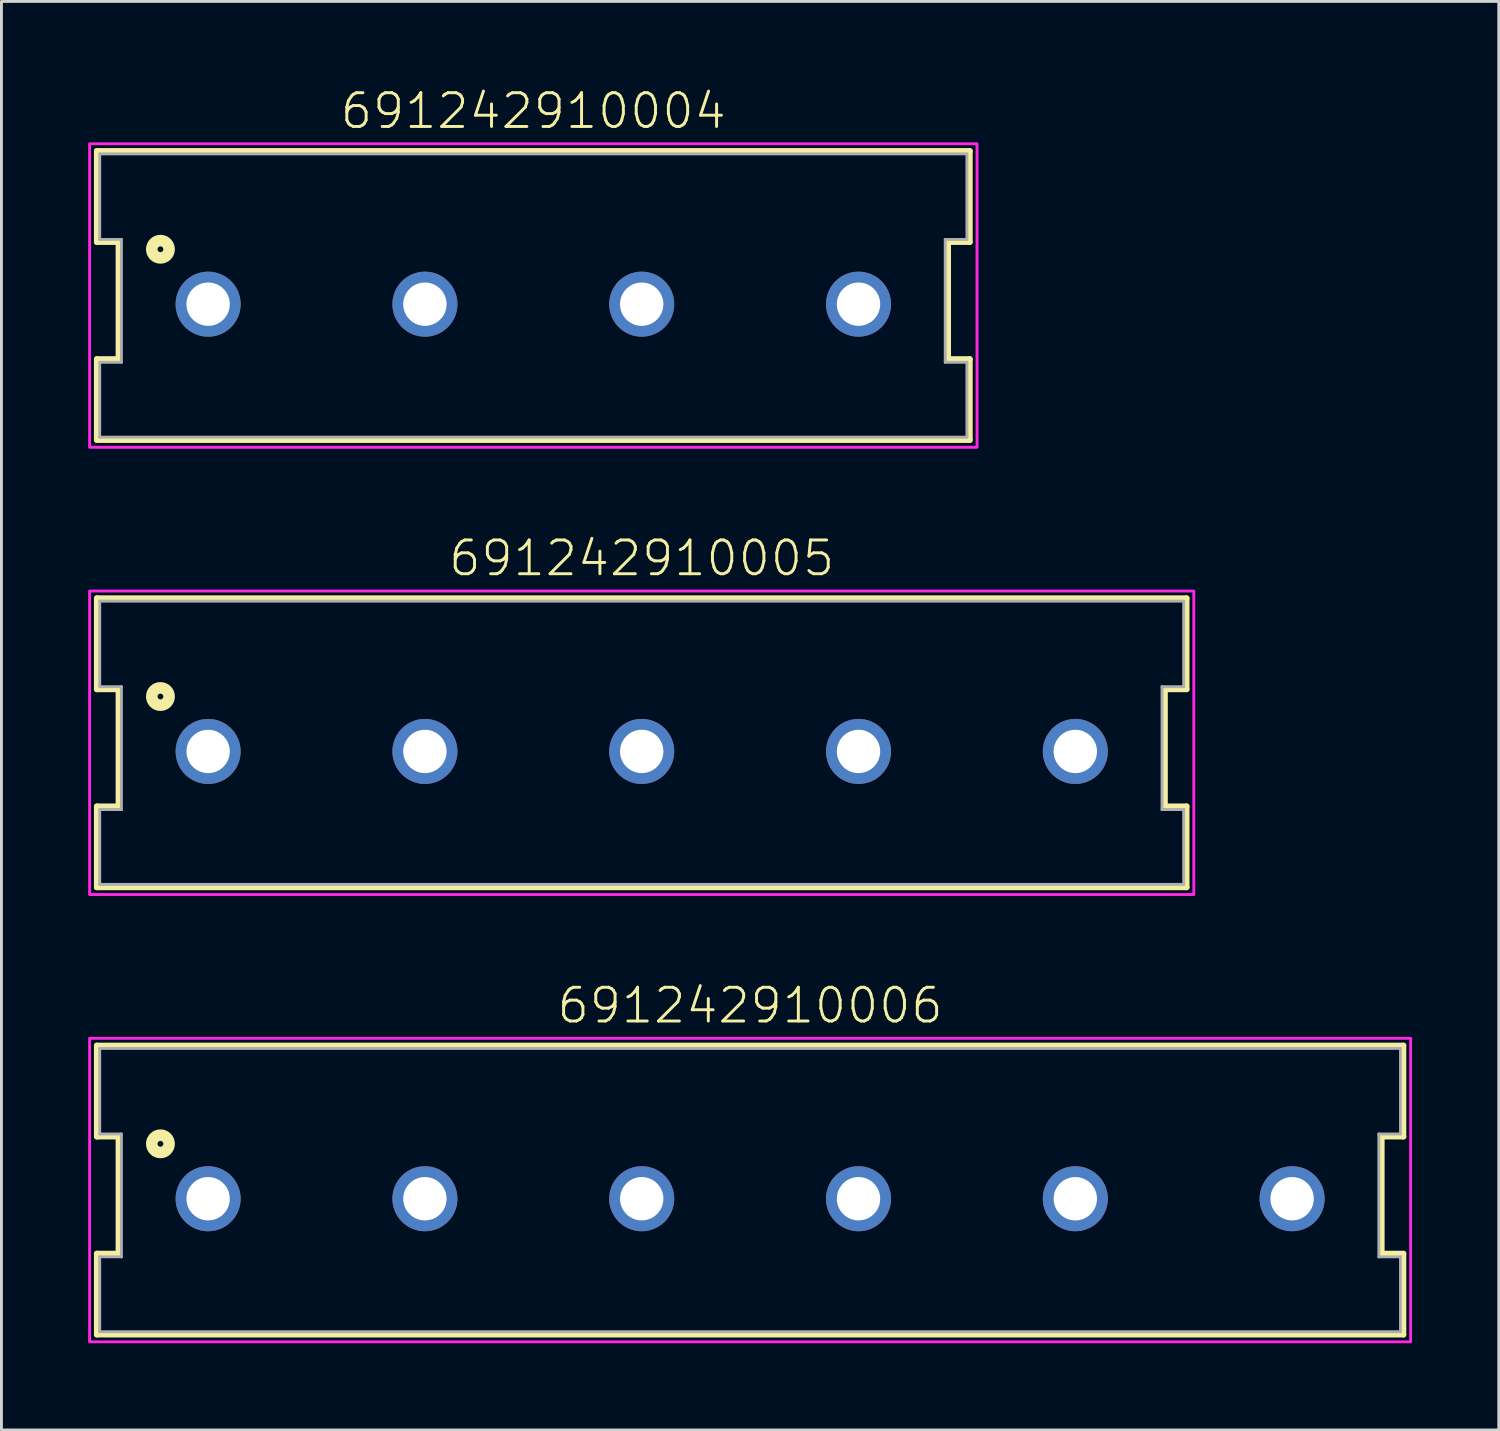
<source format=kicad_pcb>
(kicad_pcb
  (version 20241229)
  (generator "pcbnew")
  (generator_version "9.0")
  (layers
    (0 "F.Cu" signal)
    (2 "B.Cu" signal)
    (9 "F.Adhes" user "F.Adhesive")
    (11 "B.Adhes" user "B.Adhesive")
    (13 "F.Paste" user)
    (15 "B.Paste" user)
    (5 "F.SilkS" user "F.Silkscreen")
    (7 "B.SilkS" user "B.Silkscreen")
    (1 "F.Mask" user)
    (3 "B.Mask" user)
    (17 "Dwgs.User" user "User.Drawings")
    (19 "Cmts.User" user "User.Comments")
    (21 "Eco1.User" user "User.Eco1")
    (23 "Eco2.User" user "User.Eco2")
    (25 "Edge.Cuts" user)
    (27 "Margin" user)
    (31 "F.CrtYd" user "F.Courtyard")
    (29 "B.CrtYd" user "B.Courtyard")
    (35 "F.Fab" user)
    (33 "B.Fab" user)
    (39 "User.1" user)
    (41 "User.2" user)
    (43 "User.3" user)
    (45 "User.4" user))
  (footprint "691242910005"
    (layer "F.Cu")
    (at 19.15 22.946)
    (property "Reference" "691242910005" (at 0 -6 0) (unlocked yes) (layer "F.SilkS") (effects (font (size 1.168 1.168) (thickness 0.102)) (justify bottom)))
    (fp_line (start -18.85 -5.3) (end 18.85 -5.3) (stroke (width 0.2) (type solid)) (layer "F.SilkS"))
    (fp_line (start -18.85 -2.15) (end -18.85 -5.3) (stroke (width 0.2) (type solid)) (layer "F.SilkS"))
    (fp_line (start -18.85 1.9) (end -18.1 1.9) (stroke (width 0.2) (type solid)) (layer "F.SilkS"))
    (fp_line (start -18.85 4.7) (end -18.85 1.9) (stroke (width 0.2) (type solid)) (layer "F.SilkS"))
    (fp_line (start -18.1 -2.15) (end -18.85 -2.15) (stroke (width 0.2) (type solid)) (layer "F.SilkS"))
    (fp_line (start -18.1 1.9) (end -18.1 -2.15) (stroke (width 0.2) (type solid)) (layer "F.SilkS"))
    (fp_line (start 18.1 -2.15) (end 18.1 1.9) (stroke (width 0.2) (type solid)) (layer "F.SilkS"))
    (fp_line (start 18.1 1.9) (end 18.85 1.9) (stroke (width 0.2) (type solid)) (layer "F.SilkS"))
    (fp_line (start 18.85 -5.3) (end 18.85 -2.15) (stroke (width 0.2) (type solid)) (layer "F.SilkS"))
    (fp_line (start 18.85 -2.15) (end 18.1 -2.15) (stroke (width 0.2) (type solid)) (layer "F.SilkS"))
    (fp_line (start 18.85 1.9) (end 18.85 4.7) (stroke (width 0.2) (type solid)) (layer "F.SilkS"))
    (fp_line (start 18.85 4.7) (end -18.85 4.7) (stroke (width 0.2) (type solid)) (layer "F.SilkS"))
    (fp_circle (center -16.65 -1.9) (end -16.55 -1.9) (stroke (width 0.4) (type solid)) (fill no) (layer "F.SilkS"))
    (fp_poly (pts (xy 19.1 4.95) (xy -19.1 4.95) (xy -19.1 -5.55) (xy 19.1 -5.55)) (stroke (width 0.1) (type default)) (fill no) (layer "F.CrtYd"))
    (fp_line (start -18.75 -5.2) (end -18.75 -2.24) (stroke (width 0.1) (type solid)) (layer "F.Fab"))
    (fp_line (start -18.75 -5.2) (end 18.75 -5.2) (stroke (width 0.1) (type solid)) (layer "F.Fab"))
    (fp_line (start -18.75 -2.24) (end -18 -2.24) (stroke (width 0.1) (type solid)) (layer "F.Fab"))
    (fp_line (start -18.75 2.01) (end -18.75 4.6) (stroke (width 0.1) (type solid)) (layer "F.Fab"))
    (fp_line (start -18.75 4.6) (end 18.75 4.6) (stroke (width 0.1) (type solid)) (layer "F.Fab"))
    (fp_line (start -18 -2.24) (end -18 2.01) (stroke (width 0.1) (type solid)) (layer "F.Fab"))
    (fp_line (start -18 2.01) (end -18.75 2.01) (stroke (width 0.1) (type solid)) (layer "F.Fab"))
    (fp_line (start 18 -2.24) (end 18 2.01) (stroke (width 0.1) (type solid)) (layer "F.Fab"))
    (fp_line (start 18 2.01) (end 18.75 2.01) (stroke (width 0.1) (type solid)) (layer "F.Fab"))
    (fp_line (start 18.75 -5.2) (end 18.75 -2.24) (stroke (width 0.1) (type solid)) (layer "F.Fab"))
    (fp_line (start 18.75 -2.24) (end 18 -2.24) (stroke (width 0.1) (type solid)) (layer "F.Fab"))
    (fp_line (start 18.75 2.01) (end 18.75 4.6) (stroke (width 0.1) (type solid)) (layer "F.Fab"))
    (pad "1" thru_hole circle (at -15 0) (size 2.25 2.25) (drill 1.5) (layers "*.Cu" "*.Mask"))
    (pad "2" thru_hole circle (at -7.5 0) (size 2.25 2.25) (drill 1.5) (layers "*.Cu" "*.Mask"))
    (pad "3" thru_hole circle (at 0 0) (size 2.25 2.25) (drill 1.5) (layers "*.Cu" "*.Mask"))
    (pad "4" thru_hole circle (at 7.5 0) (size 2.25 2.25) (drill 1.5) (layers "*.Cu" "*.Mask"))
    (pad "5" thru_hole circle (at 15 0) (size 2.25 2.25) (drill 1.5) (layers "*.Cu" "*.Mask")))
  (footprint "691242910004"
    (layer "F.Cu")
    (at 15.4 7.473)
    (property "Reference" "691242910004" (at 0 -6 0) (unlocked yes) (layer "F.SilkS") (effects (font (size 1.168 1.168) (thickness 0.102)) (justify bottom)))
    (fp_line (start -15.1 -5.3) (end 15.1 -5.3) (stroke (width 0.2) (type solid)) (layer "F.SilkS"))
    (fp_line (start -15.1 -2.15) (end -15.1 -5.3) (stroke (width 0.2) (type solid)) (layer "F.SilkS"))
    (fp_line (start -15.1 1.9) (end -14.35 1.9) (stroke (width 0.2) (type solid)) (layer "F.SilkS"))
    (fp_line (start -15.1 4.7) (end -15.1 1.9) (stroke (width 0.2) (type solid)) (layer "F.SilkS"))
    (fp_line (start -14.35 -2.15) (end -15.1 -2.15) (stroke (width 0.2) (type solid)) (layer "F.SilkS"))
    (fp_line (start -14.35 1.9) (end -14.35 -2.15) (stroke (width 0.2) (type solid)) (layer "F.SilkS"))
    (fp_line (start 14.35 -2.15) (end 14.35 1.9) (stroke (width 0.2) (type solid)) (layer "F.SilkS"))
    (fp_line (start 14.35 1.9) (end 15.1 1.9) (stroke (width 0.2) (type solid)) (layer "F.SilkS"))
    (fp_line (start 15.1 -5.3) (end 15.1 -2.15) (stroke (width 0.2) (type solid)) (layer "F.SilkS"))
    (fp_line (start 15.1 -2.15) (end 14.35 -2.15) (stroke (width 0.2) (type solid)) (layer "F.SilkS"))
    (fp_line (start 15.1 1.9) (end 15.1 4.7) (stroke (width 0.2) (type solid)) (layer "F.SilkS"))
    (fp_line (start 15.1 4.7) (end -15.1 4.7) (stroke (width 0.2) (type solid)) (layer "F.SilkS"))
    (fp_circle (center -12.9 -1.9) (end -12.8 -1.9) (stroke (width 0.4) (type solid)) (fill no) (layer "F.SilkS"))
    (fp_poly (pts (xy 15.35 4.95) (xy -15.35 4.95) (xy -15.35 -5.55) (xy 15.35 -5.55)) (stroke (width 0.1) (type default)) (fill no) (layer "F.CrtYd"))
    (fp_line (start -15 -5.2) (end -15 -2.24) (stroke (width 0.1) (type solid)) (layer "F.Fab"))
    (fp_line (start -15 -5.2) (end 15 -5.2) (stroke (width 0.1) (type solid)) (layer "F.Fab"))
    (fp_line (start -15 -2.24) (end -14.25 -2.24) (stroke (width 0.1) (type solid)) (layer "F.Fab"))
    (fp_line (start -15 2.01) (end -15 4.6) (stroke (width 0.1) (type solid)) (layer "F.Fab"))
    (fp_line (start -15 4.6) (end 15 4.6) (stroke (width 0.1) (type solid)) (layer "F.Fab"))
    (fp_line (start -14.25 -2.24) (end -14.25 2.01) (stroke (width 0.1) (type solid)) (layer "F.Fab"))
    (fp_line (start -14.25 2.01) (end -15 2.01) (stroke (width 0.1) (type solid)) (layer "F.Fab"))
    (fp_line (start 14.25 -2.24) (end 14.25 2.01) (stroke (width 0.1) (type solid)) (layer "F.Fab"))
    (fp_line (start 14.25 2.01) (end 15 2.01) (stroke (width 0.1) (type solid)) (layer "F.Fab"))
    (fp_line (start 15 -5.2) (end 15 -2.24) (stroke (width 0.1) (type solid)) (layer "F.Fab"))
    (fp_line (start 15 -2.24) (end 14.25 -2.24) (stroke (width 0.1) (type solid)) (layer "F.Fab"))
    (fp_line (start 15 2.01) (end 15 4.6) (stroke (width 0.1) (type solid)) (layer "F.Fab"))
    (pad "1" thru_hole circle (at -11.25 0) (size 2.25 2.25) (drill 1.5) (layers "*.Cu" "*.Mask"))
    (pad "2" thru_hole circle (at -3.75 0) (size 2.25 2.25) (drill 1.5) (layers "*.Cu" "*.Mask"))
    (pad "3" thru_hole circle (at 3.75 0) (size 2.25 2.25) (drill 1.5) (layers "*.Cu" "*.Mask"))
    (pad "4" thru_hole circle (at 11.25 0) (size 2.25 2.25) (drill 1.5) (layers "*.Cu" "*.Mask")))
  (footprint "691242910006"
    (layer "F.Cu")
    (at 22.9 38.42)
    (property "Reference" "691242910006" (at 0 -6 0) (unlocked yes) (layer "F.SilkS") (effects (font (size 1.168 1.168) (thickness 0.102)) (justify bottom)))
    (fp_line (start -22.6 -5.3) (end 22.6 -5.3) (stroke (width 0.2) (type solid)) (layer "F.SilkS"))
    (fp_line (start -22.6 -2.15) (end -22.6 -5.3) (stroke (width 0.2) (type solid)) (layer "F.SilkS"))
    (fp_line (start -22.6 1.9) (end -21.85 1.9) (stroke (width 0.2) (type solid)) (layer "F.SilkS"))
    (fp_line (start -22.6 4.7) (end -22.6 1.9) (stroke (width 0.2) (type solid)) (layer "F.SilkS"))
    (fp_line (start -21.85 -2.15) (end -22.6 -2.15) (stroke (width 0.2) (type solid)) (layer "F.SilkS"))
    (fp_line (start -21.85 1.9) (end -21.85 -2.15) (stroke (width 0.2) (type solid)) (layer "F.SilkS"))
    (fp_line (start 21.85 -2.15) (end 21.85 1.9) (stroke (width 0.2) (type solid)) (layer "F.SilkS"))
    (fp_line (start 21.85 1.9) (end 22.6 1.9) (stroke (width 0.2) (type solid)) (layer "F.SilkS"))
    (fp_line (start 22.6 -5.3) (end 22.6 -2.15) (stroke (width 0.2) (type solid)) (layer "F.SilkS"))
    (fp_line (start 22.6 -2.15) (end 21.85 -2.15) (stroke (width 0.2) (type solid)) (layer "F.SilkS"))
    (fp_line (start 22.6 1.9) (end 22.6 4.7) (stroke (width 0.2) (type solid)) (layer "F.SilkS"))
    (fp_line (start 22.6 4.7) (end -22.6 4.7) (stroke (width 0.2) (type solid)) (layer "F.SilkS"))
    (fp_circle (center -20.4 -1.9) (end -20.3 -1.9) (stroke (width 0.4) (type solid)) (fill no) (layer "F.SilkS"))
    (fp_poly (pts (xy 22.85 4.95) (xy -22.85 4.95) (xy -22.85 -5.55) (xy 22.85 -5.55)) (stroke (width 0.1) (type default)) (fill no) (layer "F.CrtYd"))
    (fp_line (start -22.5 -5.2) (end -22.5 -2.24) (stroke (width 0.1) (type solid)) (layer "F.Fab"))
    (fp_line (start -22.5 -5.2) (end 22.5 -5.2) (stroke (width 0.1) (type solid)) (layer "F.Fab"))
    (fp_line (start -22.5 -2.24) (end -21.75 -2.24) (stroke (width 0.1) (type solid)) (layer "F.Fab"))
    (fp_line (start -22.5 2.01) (end -22.5 4.6) (stroke (width 0.1) (type solid)) (layer "F.Fab"))
    (fp_line (start -22.5 4.6) (end 22.5 4.6) (stroke (width 0.1) (type solid)) (layer "F.Fab"))
    (fp_line (start -21.75 -2.24) (end -21.75 2.01) (stroke (width 0.1) (type solid)) (layer "F.Fab"))
    (fp_line (start -21.75 2.01) (end -22.5 2.01) (stroke (width 0.1) (type solid)) (layer "F.Fab"))
    (fp_line (start 21.75 -2.24) (end 21.75 2.01) (stroke (width 0.1) (type solid)) (layer "F.Fab"))
    (fp_line (start 21.75 2.01) (end 22.5 2.01) (stroke (width 0.1) (type solid)) (layer "F.Fab"))
    (fp_line (start 22.5 -5.2) (end 22.5 -2.24) (stroke (width 0.1) (type solid)) (layer "F.Fab"))
    (fp_line (start 22.5 -2.24) (end 21.75 -2.24) (stroke (width 0.1) (type solid)) (layer "F.Fab"))
    (fp_line (start 22.5 2.01) (end 22.5 4.6) (stroke (width 0.1) (type solid)) (layer "F.Fab"))
    (pad "1" thru_hole circle (at -18.75 0) (size 2.25 2.25) (drill 1.5) (layers "*.Cu" "*.Mask"))
    (pad "2" thru_hole circle (at -11.25 0) (size 2.25 2.25) (drill 1.5) (layers "*.Cu" "*.Mask"))
    (pad "3" thru_hole circle (at -3.75 0) (size 2.25 2.25) (drill 1.5) (layers "*.Cu" "*.Mask"))
    (pad "4" thru_hole circle (at 3.75 0) (size 2.25 2.25) (drill 1.5) (layers "*.Cu" "*.Mask"))
    (pad "5" thru_hole circle (at 11.25 0) (size 2.25 2.25) (drill 1.5) (layers "*.Cu" "*.Mask"))
    (pad "6" thru_hole circle (at 18.75 0) (size 2.25 2.25) (drill 1.5) (layers "*.Cu" "*.Mask")))
  (gr_rect
    (start -3 -3)
    (end 48.8 46.42)
    (stroke (width 0.1) (type default))
    (fill no)
    (layer "Edge.Cuts")))
</source>
